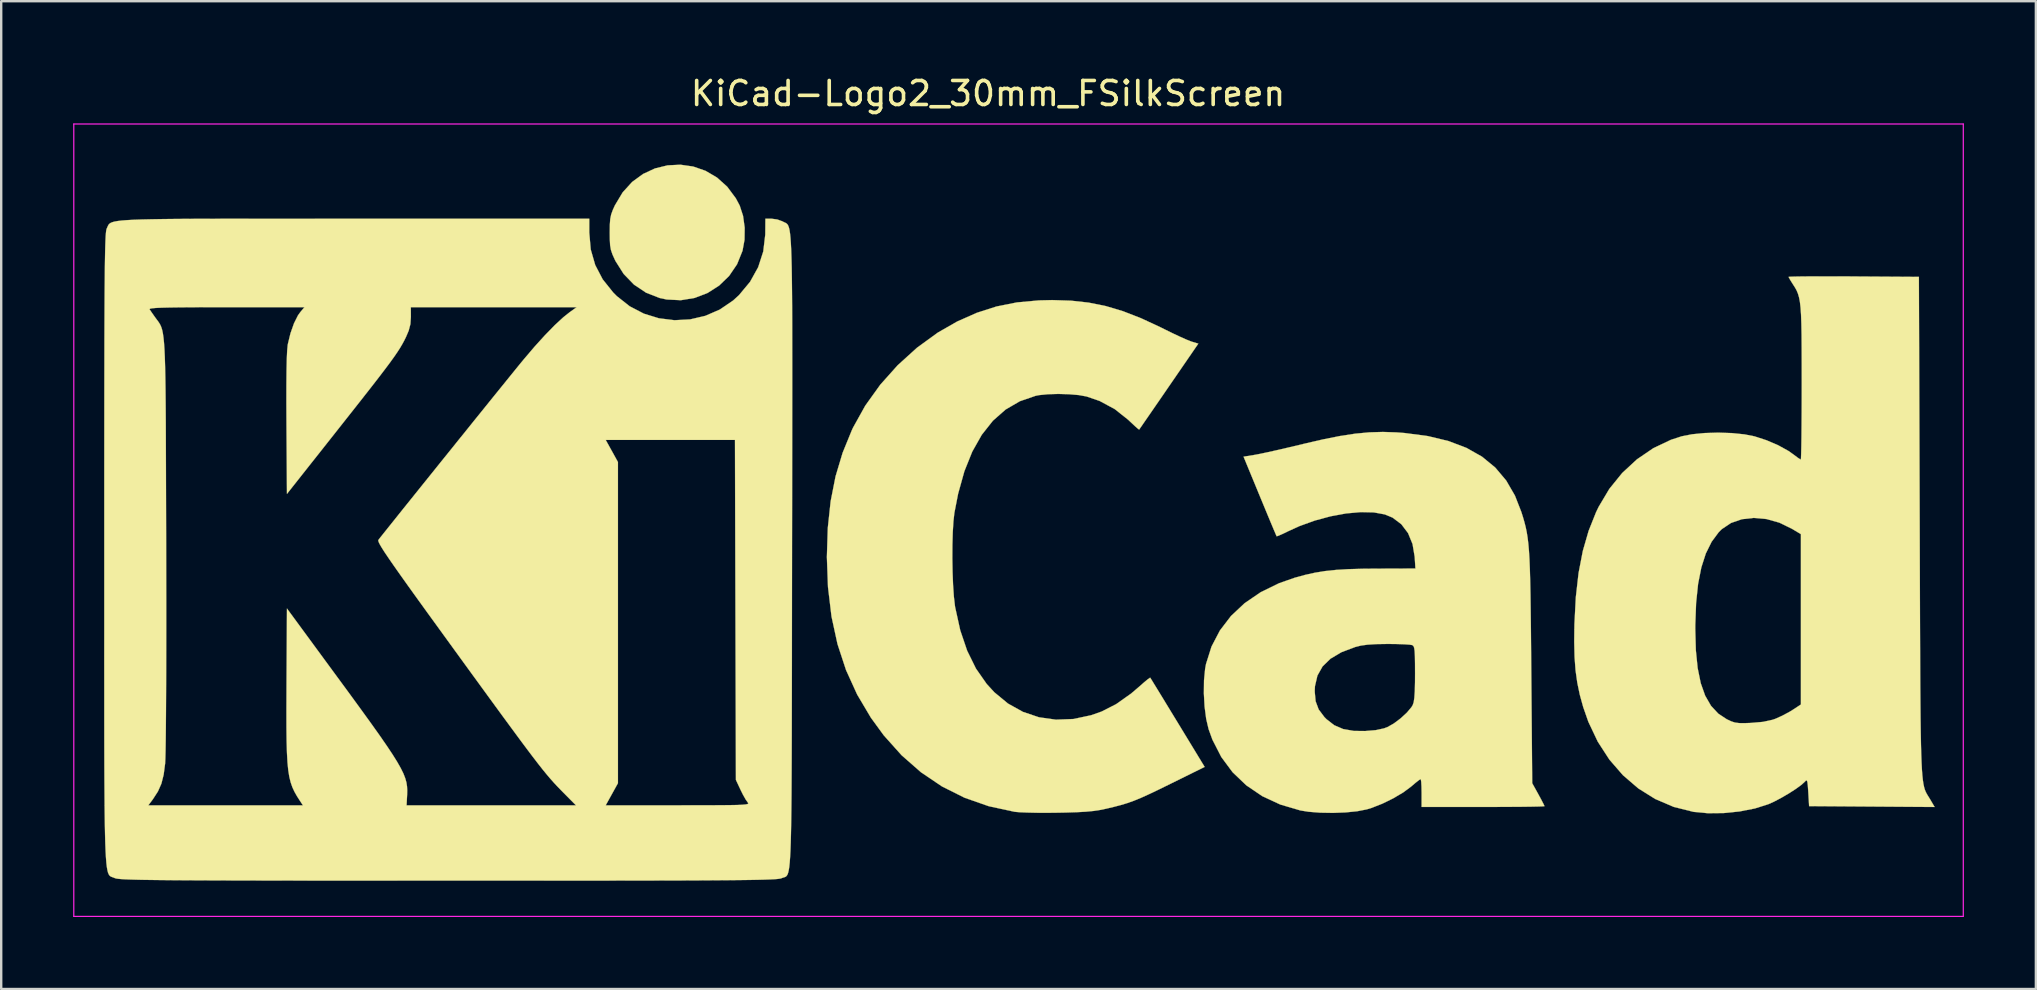
<source format=kicad_pcb>
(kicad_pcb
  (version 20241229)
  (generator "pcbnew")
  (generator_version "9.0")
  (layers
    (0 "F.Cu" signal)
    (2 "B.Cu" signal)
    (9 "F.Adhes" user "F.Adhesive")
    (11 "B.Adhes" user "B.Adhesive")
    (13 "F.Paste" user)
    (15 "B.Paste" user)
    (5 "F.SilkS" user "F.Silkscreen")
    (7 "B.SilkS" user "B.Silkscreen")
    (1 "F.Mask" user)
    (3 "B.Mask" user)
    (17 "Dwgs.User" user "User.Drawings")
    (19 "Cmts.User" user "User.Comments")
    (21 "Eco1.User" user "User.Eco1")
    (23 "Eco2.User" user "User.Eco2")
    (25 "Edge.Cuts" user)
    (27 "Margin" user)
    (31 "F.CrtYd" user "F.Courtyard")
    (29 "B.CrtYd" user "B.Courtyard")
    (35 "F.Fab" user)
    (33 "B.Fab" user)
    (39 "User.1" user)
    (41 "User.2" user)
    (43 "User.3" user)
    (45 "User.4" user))
  (footprint "KiCad-Logo2_30mm_FSilkScreen"
    (layer "F.Cu")
    (at 39.395 18.628)
    (property "Reference" "KiCad-Logo2_30mm_FSilkScreen" (at -1.27 -17.78 0) (layer "F.SilkS") (effects (font (size 1 1) (thickness 0.15))))
    (attr exclude_from_pos_files exclude_from_bom)
    (fp_poly (pts (xy -13.557 -14.738) (xy -13.044 -14.56) (xy -12.567 -14.28) (xy -12.141 -13.898) (xy -11.781 -13.415) (xy -11.619 -13.11) (xy -11.48 -12.683) (xy -11.412 -12.191) (xy -11.419 -11.684) (xy -11.503 -11.226) (xy -11.73 -10.665) (xy -12.061 -10.179) (xy -12.477 -9.777) (xy -12.961 -9.468) (xy -13.499 -9.262) (xy -14.071 -9.168) (xy -14.662 -9.197) (xy -14.953 -9.259) (xy -15.521 -9.48) (xy -16.025 -9.817) (xy -16.454 -10.26) (xy -16.795 -10.798) (xy -16.823 -10.856) (xy -16.923 -11.077) (xy -16.986 -11.263) (xy -17.02 -11.459) (xy -17.033 -11.71) (xy -17.036 -11.983) (xy -17.032 -12.311) (xy -17.015 -12.549) (xy -16.976 -12.741) (xy -16.906 -12.933) (xy -16.82 -13.122) (xy -16.498 -13.66) (xy -16.103 -14.095) (xy -15.648 -14.428) (xy -15.151 -14.659) (xy -14.626 -14.787) (xy -14.09 -14.814) (xy -13.557 -14.738)) (stroke (width 0.01) (type solid)) (fill yes) (layer "F.SilkS"))
    (fp_poly (pts (xy 2.188 -9.148) (xy 2.924 -9.067) (xy 3.638 -8.923) (xy 4.357 -8.708) (xy 5.111 -8.414) (xy 5.93 -8.033) (xy 6.078 -7.959) (xy 6.416 -7.793) (xy 6.735 -7.643) (xy 7.003 -7.524) (xy 7.189 -7.45) (xy 7.218 -7.44) (xy 7.492 -7.358) (xy 6.265 -5.574) (xy 5.966 -5.138) (xy 5.691 -4.739) (xy 5.452 -4.392) (xy 5.257 -4.11) (xy 5.116 -3.905) (xy 5.038 -3.793) (xy 5.026 -3.775) (xy 4.974 -3.812) (xy 4.847 -3.924) (xy 4.668 -4.091) (xy 4.569 -4.185) (xy 4.007 -4.631) (xy 3.377 -4.97) (xy 2.834 -5.156) (xy 2.508 -5.215) (xy 2.099 -5.25) (xy 1.657 -5.262) (xy 1.228 -5.25) (xy 0.861 -5.213) (xy 0.715 -5.185) (xy 0.055 -4.958) (xy -0.539 -4.612) (xy -1.068 -4.146) (xy -1.53 -3.563) (xy -1.927 -2.861) (xy -2.256 -2.043) (xy -2.517 -1.108) (xy -2.673 -0.307) (xy -2.713 0.046) (xy -2.741 0.503) (xy -2.756 1.029) (xy -2.759 1.594) (xy -2.749 2.163) (xy -2.728 2.703) (xy -2.695 3.184) (xy -2.65 3.57) (xy -2.641 3.629) (xy -2.429 4.59) (xy -2.141 5.439) (xy -1.775 6.183) (xy -1.328 6.823) (xy -1.011 7.169) (xy -0.441 7.64) (xy 0.184 7.988) (xy 0.853 8.213) (xy 1.557 8.312) (xy 2.284 8.285) (xy 3.023 8.128) (xy 3.461 7.974) (xy 4.066 7.666) (xy 4.69 7.225) (xy 5.04 6.926) (xy 5.236 6.753) (xy 5.39 6.626) (xy 5.478 6.565) (xy 5.489 6.563) (xy 5.528 6.626) (xy 5.629 6.791) (xy 5.784 7.044) (xy 5.985 7.372) (xy 6.221 7.76) (xy 6.485 8.193) (xy 6.633 8.435) (xy 7.756 10.281) (xy 6.353 10.974) (xy 5.846 11.223) (xy 5.435 11.419) (xy 5.095 11.573) (xy 4.802 11.693) (xy 4.529 11.79) (xy 4.252 11.873) (xy 3.946 11.953) (xy 3.653 12.022) (xy 3.392 12.076) (xy 3.12 12.117) (xy 2.808 12.147) (xy 2.429 12.168) (xy 1.957 12.183) (xy 1.639 12.189) (xy 1.185 12.194) (xy 0.749 12.192) (xy 0.361 12.183) (xy 0.049 12.17) (xy -0.157 12.152) (xy -0.169 12.15) (xy -1.242 11.918) (xy -2.249 11.566) (xy -3.19 11.095) (xy -4.066 10.504) (xy -4.875 9.794) (xy -5.617 8.965) (xy -6.154 8.228) (xy -6.726 7.263) (xy -7.189 6.245) (xy -7.544 5.164) (xy -7.794 4.013) (xy -7.941 2.783) (xy -7.987 1.534) (xy -7.949 0.327) (xy -7.83 -0.788) (xy -7.625 -1.828) (xy -7.33 -2.812) (xy -6.943 -3.759) (xy -6.897 -3.857) (xy -6.387 -4.774) (xy -5.761 -5.647) (xy -5.037 -6.457) (xy -4.232 -7.187) (xy -3.364 -7.818) (xy -2.555 -8.281) (xy -1.738 -8.643) (xy -0.919 -8.906) (xy -0.066 -9.076) (xy 0.851 -9.16) (xy 1.4 -9.173) (xy 2.188 -9.148)) (stroke (width 0.01) (type solid)) (fill yes) (layer "F.SilkS"))
    (fp_poly (pts (xy 34.027 -10.161) (xy 34.608 -10.159) (xy 34.806 -10.157) (xy 37.52 -10.14) (xy 37.554 0.273) (xy 37.558 1.685) (xy 37.562 2.967) (xy 37.566 4.126) (xy 37.57 5.168) (xy 37.574 6.1) (xy 37.578 6.929) (xy 37.584 7.661) (xy 37.59 8.303) (xy 37.598 8.861) (xy 37.607 9.342) (xy 37.618 9.753) (xy 37.631 10.101) (xy 37.646 10.392) (xy 37.664 10.632) (xy 37.685 10.828) (xy 37.709 10.988) (xy 37.736 11.117) (xy 37.766 11.222) (xy 37.801 11.31) (xy 37.84 11.388) (xy 37.883 11.462) (xy 37.931 11.538) (xy 37.983 11.624) (xy 37.994 11.642) (xy 38.175 11.951) (xy 35.56 11.933) (xy 32.945 11.915) (xy 32.911 11.34) (xy 32.892 11.065) (xy 32.873 10.905) (xy 32.847 10.842) (xy 32.807 10.855) (xy 32.774 10.891) (xy 32.63 11.024) (xy 32.396 11.195) (xy 32.105 11.383) (xy 31.788 11.568) (xy 31.481 11.73) (xy 31.244 11.836) (xy 30.691 12.011) (xy 30.056 12.136) (xy 29.386 12.204) (xy 28.728 12.211) (xy 28.129 12.154) (xy 28.12 12.152) (xy 27.301 11.947) (xy 26.534 11.619) (xy 25.827 11.177) (xy 25.187 10.627) (xy 24.622 9.976) (xy 24.139 9.231) (xy 23.745 8.4) (xy 23.53 7.784) (xy 23.388 7.269) (xy 23.284 6.77) (xy 23.212 6.257) (xy 23.171 5.699) (xy 23.156 5.068) (xy 23.162 4.552) (xy 28.201 4.552) (xy 28.225 5.417) (xy 28.3 6.161) (xy 28.429 6.791) (xy 28.614 7.314) (xy 28.857 7.735) (xy 29.161 8.062) (xy 29.511 8.293) (xy 29.694 8.38) (xy 29.852 8.432) (xy 30.029 8.455) (xy 30.266 8.457) (xy 30.521 8.448) (xy 31.023 8.404) (xy 31.42 8.317) (xy 31.545 8.274) (xy 31.83 8.145) (xy 32.131 7.984) (xy 32.262 7.903) (xy 32.603 7.68) (xy 32.603 0.582) (xy 32.228 0.357) (xy 31.704 0.102) (xy 31.169 -0.048) (xy 30.642 -0.096) (xy 30.143 -0.041) (xy 29.691 0.115) (xy 29.307 0.372) (xy 29.182 0.495) (xy 28.883 0.898) (xy 28.641 1.386) (xy 28.454 1.968) (xy 28.319 2.651) (xy 28.236 3.444) (xy 28.202 4.355) (xy 28.201 4.552) (xy 23.162 4.552) (xy 23.165 4.337) (xy 23.223 3.213) (xy 23.338 2.199) (xy 23.515 1.281) (xy 23.757 0.443) (xy 24.065 -0.329) (xy 24.175 -0.558) (xy 24.619 -1.304) (xy 25.155 -1.967) (xy 25.771 -2.537) (xy 26.454 -3.002) (xy 27.191 -3.352) (xy 27.634 -3.496) (xy 28.068 -3.581) (xy 28.591 -3.632) (xy 29.158 -3.649) (xy 29.725 -3.63) (xy 30.25 -3.577) (xy 30.671 -3.494) (xy 31.172 -3.331) (xy 31.658 -3.122) (xy 32.083 -2.887) (xy 32.309 -2.727) (xy 32.465 -2.609) (xy 32.575 -2.537) (xy 32.599 -2.526) (xy 32.607 -2.592) (xy 32.614 -2.782) (xy 32.621 -3.081) (xy 32.627 -3.476) (xy 32.631 -3.955) (xy 32.635 -4.504) (xy 32.637 -5.108) (xy 32.638 -5.725) (xy 32.637 -6.514) (xy 32.635 -7.179) (xy 32.631 -7.733) (xy 32.622 -8.189) (xy 32.609 -8.559) (xy 32.589 -8.857) (xy 32.562 -9.094) (xy 32.526 -9.283) (xy 32.481 -9.438) (xy 32.426 -9.571) (xy 32.358 -9.695) (xy 32.277 -9.822) (xy 32.267 -9.837) (xy 32.163 -10.002) (xy 32.1 -10.115) (xy 32.091 -10.139) (xy 32.157 -10.146) (xy 32.345 -10.152) (xy 32.641 -10.157) (xy 33.029 -10.16) (xy 33.496 -10.161) (xy 34.027 -10.161)) (stroke (width 0.01) (type solid)) (fill yes) (layer "F.SilkS"))
    (fp_poly (pts (xy 15.752 -3.659) (xy 16.091 -3.633) (xy 17.059 -3.505) (xy 17.916 -3.299) (xy 18.666 -3.014) (xy 19.315 -2.647) (xy 19.865 -2.195) (xy 20.321 -1.655) (xy 20.687 -1.024) (xy 20.954 -0.341) (xy 21.022 -0.124) (xy 21.081 0.08) (xy 21.132 0.281) (xy 21.176 0.49) (xy 21.213 0.719) (xy 21.244 0.977) (xy 21.27 1.277) (xy 21.291 1.628) (xy 21.308 2.042) (xy 21.322 2.531) (xy 21.334 3.104) (xy 21.343 3.774) (xy 21.352 4.55) (xy 21.36 5.444) (xy 21.366 6.145) (xy 21.406 10.959) (xy 21.662 11.422) (xy 21.783 11.645) (xy 21.873 11.819) (xy 21.916 11.911) (xy 21.918 11.917) (xy 21.852 11.924) (xy 21.665 11.931) (xy 21.37 11.937) (xy 20.985 11.942) (xy 20.522 11.945) (xy 19.997 11.948) (xy 19.425 11.949) (xy 19.357 11.949) (xy 16.797 11.949) (xy 16.797 11.369) (xy 16.792 11.106) (xy 16.781 10.906) (xy 16.764 10.798) (xy 16.757 10.788) (xy 16.689 10.83) (xy 16.549 10.939) (xy 16.368 11.093) (xy 16.364 11.097) (xy 16.033 11.343) (xy 15.615 11.59) (xy 15.158 11.814) (xy 14.708 11.991) (xy 14.509 12.051) (xy 14.115 12.128) (xy 13.631 12.177) (xy 13.102 12.197) (xy 12.572 12.188) (xy 12.085 12.15) (xy 11.744 12.095) (xy 10.909 11.849) (xy 10.157 11.5) (xy 9.493 11.05) (xy 8.922 10.505) (xy 8.449 9.868) (xy 8.079 9.145) (xy 7.92 8.706) (xy 7.82 8.279) (xy 7.753 7.767) (xy 7.723 7.216) (xy 7.724 7.136) (xy 12.342 7.136) (xy 12.38 7.545) (xy 12.507 7.885) (xy 12.743 8.201) (xy 12.834 8.293) (xy 13.155 8.543) (xy 13.527 8.703) (xy 13.973 8.781) (xy 14.442 8.786) (xy 14.887 8.749) (xy 15.228 8.675) (xy 15.376 8.62) (xy 15.642 8.469) (xy 15.925 8.256) (xy 16.183 8.018) (xy 16.375 7.789) (xy 16.426 7.705) (xy 16.466 7.588) (xy 16.494 7.401) (xy 16.513 7.126) (xy 16.522 6.747) (xy 16.524 6.385) (xy 16.522 5.964) (xy 16.517 5.659) (xy 16.506 5.452) (xy 16.487 5.321) (xy 16.458 5.247) (xy 16.417 5.21) (xy 16.404 5.204) (xy 16.294 5.186) (xy 16.077 5.171) (xy 15.781 5.161) (xy 15.438 5.157) (xy 15.363 5.157) (xy 14.903 5.164) (xy 14.549 5.186) (xy 14.266 5.225) (xy 14.034 5.283) (xy 13.456 5.501) (xy 13.002 5.77) (xy 12.67 6.093) (xy 12.455 6.475) (xy 12.352 6.92) (xy 12.342 7.136) (xy 7.724 7.136) (xy 7.729 6.675) (xy 7.776 6.189) (xy 7.812 5.993) (xy 8.042 5.265) (xy 8.392 4.595) (xy 8.855 3.99) (xy 9.424 3.456) (xy 10.094 2.999) (xy 10.857 2.626) (xy 11.505 2.399) (xy 11.939 2.28) (xy 12.353 2.188) (xy 12.776 2.119) (xy 13.233 2.071) (xy 13.752 2.04) (xy 14.36 2.023) (xy 14.91 2.019) (xy 16.539 2.014) (xy 16.508 1.524) (xy 16.419 0.993) (xy 16.231 0.536) (xy 15.95 0.166) (xy 15.586 -0.108) (xy 15.265 -0.241) (xy 14.806 -0.325) (xy 14.258 -0.337) (xy 13.65 -0.282) (xy 13.004 -0.163) (xy 12.348 0.014) (xy 11.708 0.245) (xy 11.242 0.457) (xy 11.018 0.566) (xy 10.847 0.641) (xy 10.76 0.671) (xy 10.756 0.67) (xy 10.726 0.604) (xy 10.651 0.428) (xy 10.538 0.16) (xy 10.394 -0.185) (xy 10.227 -0.588) (xy 10.057 -0.999) (xy 9.377 -2.647) (xy 9.861 -2.726) (xy 10.07 -2.766) (xy 10.385 -2.833) (xy 10.779 -2.921) (xy 11.224 -3.024) (xy 11.694 -3.135) (xy 11.881 -3.181) (xy 12.69 -3.368) (xy 13.398 -3.509) (xy 14.032 -3.606) (xy 14.618 -3.661) (xy 15.183 -3.678) (xy 15.752 -3.659)) (stroke (width 0.01) (type solid)) (fill yes) (layer "F.SilkS"))
    (fp_poly (pts (xy -29.619 -12.564) (xy -28.303 -12.563) (xy -27.691 -12.563) (xy -17.889 -12.563) (xy -17.889 -11.986) (xy -17.828 -11.283) (xy -17.641 -10.634) (xy -17.329 -10.036) (xy -16.889 -9.486) (xy -16.74 -9.337) (xy -16.205 -8.915) (xy -15.614 -8.607) (xy -14.986 -8.414) (xy -14.338 -8.334) (xy -13.688 -8.368) (xy -13.053 -8.516) (xy -12.451 -8.777) (xy -11.899 -9.152) (xy -11.651 -9.377) (xy -11.189 -9.932) (xy -10.851 -10.541) (xy -10.638 -11.198) (xy -10.555 -11.897) (xy -10.554 -11.966) (xy -10.549 -12.563) (xy -10.287 -12.563) (xy -10.054 -12.532) (xy -9.841 -12.455) (xy -9.827 -12.447) (xy -9.779 -12.422) (xy -9.735 -12.403) (xy -9.694 -12.383) (xy -9.658 -12.358) (xy -9.624 -12.321) (xy -9.594 -12.267) (xy -9.567 -12.19) (xy -9.543 -12.085) (xy -9.522 -11.946) (xy -9.504 -11.767) (xy -9.488 -11.543) (xy -9.474 -11.267) (xy -9.463 -10.935) (xy -9.453 -10.541) (xy -9.446 -10.078) (xy -9.44 -9.542) (xy -9.435 -8.927) (xy -9.432 -8.226) (xy -9.431 -7.435) (xy -9.43 -6.548) (xy -9.43 -5.558) (xy -9.431 -4.461) (xy -9.432 -3.251) (xy -9.434 -1.922) (xy -9.436 -0.468) (xy -9.439 1.116) (xy -9.439 1.309) (xy -9.441 2.903) (xy -9.443 4.366) (xy -9.444 5.704) (xy -9.446 6.923) (xy -9.448 8.027) (xy -9.45 9.023) (xy -9.453 9.917) (xy -9.457 10.714) (xy -9.461 11.419) (xy -9.467 12.038) (xy -9.474 12.578) (xy -9.483 13.043) (xy -9.493 13.44) (xy -9.505 13.773) (xy -9.52 14.049) (xy -9.536 14.273) (xy -9.555 14.451) (xy -9.577 14.589) (xy -9.601 14.692) (xy -9.628 14.766) (xy -9.659 14.816) (xy -9.692 14.849) (xy -9.73 14.869) (xy -9.771 14.883) (xy -9.815 14.896) (xy -9.864 14.914) (xy -9.876 14.919) (xy -9.914 14.931) (xy -9.976 14.942) (xy -10.07 14.953) (xy -10.2 14.962) (xy -10.371 14.97) (xy -10.59 14.978) (xy -10.861 14.985) (xy -11.19 14.991) (xy -11.584 14.996) (xy -12.046 15.001) (xy -12.582 15.005) (xy -13.199 15.009) (xy -13.902 15.012) (xy -14.695 15.014) (xy -15.585 15.016) (xy -16.577 15.017) (xy -17.676 15.019) (xy -18.889 15.019) (xy -20.22 15.02) (xy -21.674 15.02) (xy -23.258 15.02) (xy -23.772 15.02) (xy -25.391 15.02) (xy -26.879 15.019) (xy -28.242 15.019) (xy -29.485 15.018) (xy -30.613 15.017) (xy -31.633 15.015) (xy -32.549 15.013) (xy -33.368 15.011) (xy -34.094 15.008) (xy -34.734 15.005) (xy -35.293 15.001) (xy -35.776 14.996) (xy -36.189 14.991) (xy -36.538 14.986) (xy -36.828 14.979) (xy -37.064 14.972) (xy -37.253 14.964) (xy -37.399 14.955) (xy -37.508 14.945) (xy -37.587 14.934) (xy -37.64 14.922) (xy -37.668 14.911) (xy -37.72 14.89) (xy -37.766 14.874) (xy -37.809 14.858) (xy -37.849 14.836) (xy -37.884 14.804) (xy -37.916 14.754) (xy -37.945 14.682) (xy -37.97 14.581) (xy -37.993 14.447) (xy -38.013 14.273) (xy -38.03 14.054) (xy -38.045 13.784) (xy -38.058 13.458) (xy -38.068 13.069) (xy -38.077 12.613) (xy -38.084 12.084) (xy -38.086 11.881) (xy -36.263 11.881) (xy -29.822 11.881) (xy -29.946 11.693) (xy -30.07 11.5) (xy -30.174 11.316) (xy -30.261 11.129) (xy -30.332 10.925) (xy -30.389 10.692) (xy -30.433 10.416) (xy -30.465 10.086) (xy -30.487 9.687) (xy -30.501 9.208) (xy -30.508 8.635) (xy -30.509 7.955) (xy -30.506 7.156) (xy -30.505 6.86) (xy -30.487 3.68) (xy -28.473 6.423) (xy -27.902 7.2) (xy -27.408 7.878) (xy -26.984 8.464) (xy -26.626 8.967) (xy -26.329 9.397) (xy -26.086 9.762) (xy -25.893 10.071) (xy -25.744 10.334) (xy -25.633 10.559) (xy -25.557 10.755) (xy -25.508 10.931) (xy -25.483 11.097) (xy -25.475 11.261) (xy -25.479 11.432) (xy -25.48 11.453) (xy -25.502 11.881) (xy -21.973 11.881) (xy -18.444 11.881) (xy -18.969 11.351) (xy -19.111 11.206) (xy -19.246 11.066) (xy -19.38 10.921) (xy -19.519 10.764) (xy -19.667 10.589) (xy -19.833 10.386) (xy -20.02 10.148) (xy -20.236 9.867) (xy -20.486 9.536) (xy -20.776 9.147) (xy -21.112 8.691) (xy -21.501 8.162) (xy -21.947 7.551) (xy -22.457 6.851) (xy -23.037 6.054) (xy -23.512 5.4) (xy -24.108 4.578) (xy -24.629 3.86) (xy -25.078 3.238) (xy -25.46 2.706) (xy -25.78 2.256) (xy -26.043 1.882) (xy -26.253 1.578) (xy -26.416 1.336) (xy -26.535 1.149) (xy -26.616 1.011) (xy -26.663 0.915) (xy -26.682 0.854) (xy -26.676 0.822) (xy -26.61 0.736) (xy -26.466 0.555) (xy -26.254 0.29) (xy -25.982 -0.05) (xy -25.66 -0.453) (xy -25.294 -0.908) (xy -24.895 -1.405) (xy -24.47 -1.933) (xy -24.029 -2.482) (xy -23.58 -3.039) (xy -23.334 -3.346) (xy -17.204 -3.346) (xy -16.949 -2.885) (xy -16.694 -2.424) (xy -16.694 10.959) (xy -16.949 11.42) (xy -17.204 11.881) (xy -14.19 11.881) (xy -13.471 11.88) (xy -12.877 11.879) (xy -12.396 11.877) (xy -12.018 11.873) (xy -11.731 11.868) (xy -11.524 11.859) (xy -11.385 11.847) (xy -11.304 11.832) (xy -11.267 11.812) (xy -11.265 11.788) (xy -11.286 11.76) (xy -11.286 11.759) (xy -11.373 11.635) (xy -11.487 11.432) (xy -11.587 11.23) (xy -11.778 10.822) (xy -11.798 3.738) (xy -11.817 -3.346) (xy -17.204 -3.346) (xy -23.334 -3.346) (xy -23.132 -3.595) (xy -22.694 -4.14) (xy -22.273 -4.661) (xy -21.88 -5.149) (xy -21.521 -5.592) (xy -21.207 -5.98) (xy -20.946 -6.302) (xy -20.746 -6.548) (xy -20.628 -6.691) (xy -20.172 -7.227) (xy -19.734 -7.71) (xy -19.328 -8.126) (xy -18.97 -8.457) (xy -18.715 -8.66) (xy -18.415 -8.876) (xy -25.325 -8.876) (xy -25.323 -8.471) (xy -25.342 -8.173) (xy -25.415 -7.896) (xy -25.527 -7.634) (xy -25.6 -7.486) (xy -25.679 -7.34) (xy -25.77 -7.185) (xy -25.881 -7.012) (xy -26.019 -6.811) (xy -26.191 -6.572) (xy -26.405 -6.286) (xy -26.667 -5.943) (xy -26.985 -5.533) (xy -27.366 -5.047) (xy -27.817 -4.475) (xy -28.345 -3.806) (xy -28.404 -3.731) (xy -30.487 -1.097) (xy -30.507 -4.014) (xy -30.511 -4.887) (xy -30.51 -5.627) (xy -30.504 -6.235) (xy -30.494 -6.714) (xy -30.478 -7.066) (xy -30.457 -7.294) (xy -30.45 -7.337) (xy -30.339 -7.792) (xy -30.194 -8.203) (xy -30.029 -8.533) (xy -29.929 -8.673) (xy -29.758 -8.876) (xy -33.011 -8.876) (xy -33.787 -8.876) (xy -34.436 -8.874) (xy -34.968 -8.87) (xy -35.391 -8.864) (xy -35.715 -8.856) (xy -35.95 -8.845) (xy -36.106 -8.831) (xy -36.191 -8.815) (xy -36.215 -8.795) (xy -36.213 -8.791) (xy -36.144 -8.687) (xy -36.029 -8.522) (xy -35.969 -8.438) (xy -35.908 -8.355) (xy -35.852 -8.281) (xy -35.803 -8.208) (xy -35.759 -8.129) (xy -35.72 -8.037) (xy -35.686 -7.924) (xy -35.657 -7.784) (xy -35.632 -7.608) (xy -35.61 -7.39) (xy -35.592 -7.122) (xy -35.577 -6.797) (xy -35.565 -6.408) (xy -35.555 -5.947) (xy -35.547 -5.406) (xy -35.541 -4.779) (xy -35.536 -4.058) (xy -35.533 -3.236) (xy -35.53 -2.306) (xy -35.527 -1.26) (xy -35.524 -0.091) (xy -35.521 0.983) (xy -35.519 2.181) (xy -35.517 3.323) (xy -35.517 4.404) (xy -35.518 5.414) (xy -35.52 6.348) (xy -35.524 7.198) (xy -35.528 7.956) (xy -35.533 8.615) (xy -35.539 9.169) (xy -35.546 9.609) (xy -35.554 9.928) (xy -35.563 10.12) (xy -35.564 10.14) (xy -35.625 10.604) (xy -35.719 10.977) (xy -35.863 11.302) (xy -36.071 11.624) (xy -36.097 11.659) (xy -36.263 11.881) (xy -38.086 11.881) (xy -38.089 11.475) (xy -38.094 10.782) (xy -38.097 9.999) (xy -38.099 9.119) (xy -38.1 8.138) (xy -38.1 7.05) (xy -38.101 5.848) (xy -38.1 4.529) (xy -38.1 3.085) (xy -38.1 1.511) (xy -38.1 1.198) (xy -38.1 -0.392) (xy -38.1 -1.852) (xy -38.099 -3.186) (xy -38.098 -4.4) (xy -38.097 -5.5) (xy -38.095 -6.492) (xy -38.094 -7.381) (xy -38.091 -8.172) (xy -38.088 -8.872) (xy -38.085 -9.486) (xy -38.08 -10.019) (xy -38.076 -10.477) (xy -38.07 -10.866) (xy -38.064 -11.191) (xy -38.057 -11.458) (xy -38.049 -11.673) (xy -38.041 -11.841) (xy -38.031 -11.967) (xy -38.021 -12.058) (xy -38.009 -12.119) (xy -37.997 -12.155) (xy -37.996 -12.156) (xy -37.971 -12.211) (xy -37.949 -12.262) (xy -37.926 -12.307) (xy -37.893 -12.347) (xy -37.845 -12.383) (xy -37.775 -12.415) (xy -37.677 -12.443) (xy -37.543 -12.467) (xy -37.368 -12.488) (xy -37.144 -12.505) (xy -36.866 -12.52) (xy -36.526 -12.532) (xy -36.118 -12.541) (xy -35.635 -12.549) (xy -35.072 -12.555) (xy -34.421 -12.559) (xy -33.675 -12.561) (xy -32.829 -12.563) (xy -31.875 -12.564) (xy -30.807 -12.564) (xy -29.619 -12.564)) (stroke (width 0.01) (type solid)) (fill yes) (layer "F.SilkS"))
    (fp_line (start -39.37 -16.51) (end 39.37 -16.51) (stroke (width 0.05) (type solid)) (layer "F.CrtYd"))
    (fp_line (start -39.37 16.51) (end -39.37 -16.51) (stroke (width 0.05) (type solid)) (layer "F.CrtYd"))
    (fp_line (start 39.37 -16.51) (end 39.37 16.51) (stroke (width 0.05) (type solid)) (layer "F.CrtYd"))
    (fp_line (start 39.37 16.51) (end -39.37 16.51) (stroke (width 0.05) (type solid)) (layer "F.CrtYd")))
  (gr_rect
    (start -3 -3)
    (end 81.79 38.163)
    (stroke (width 0.1) (type default))
    (fill no)
    (layer "Edge.Cuts")))
</source>
